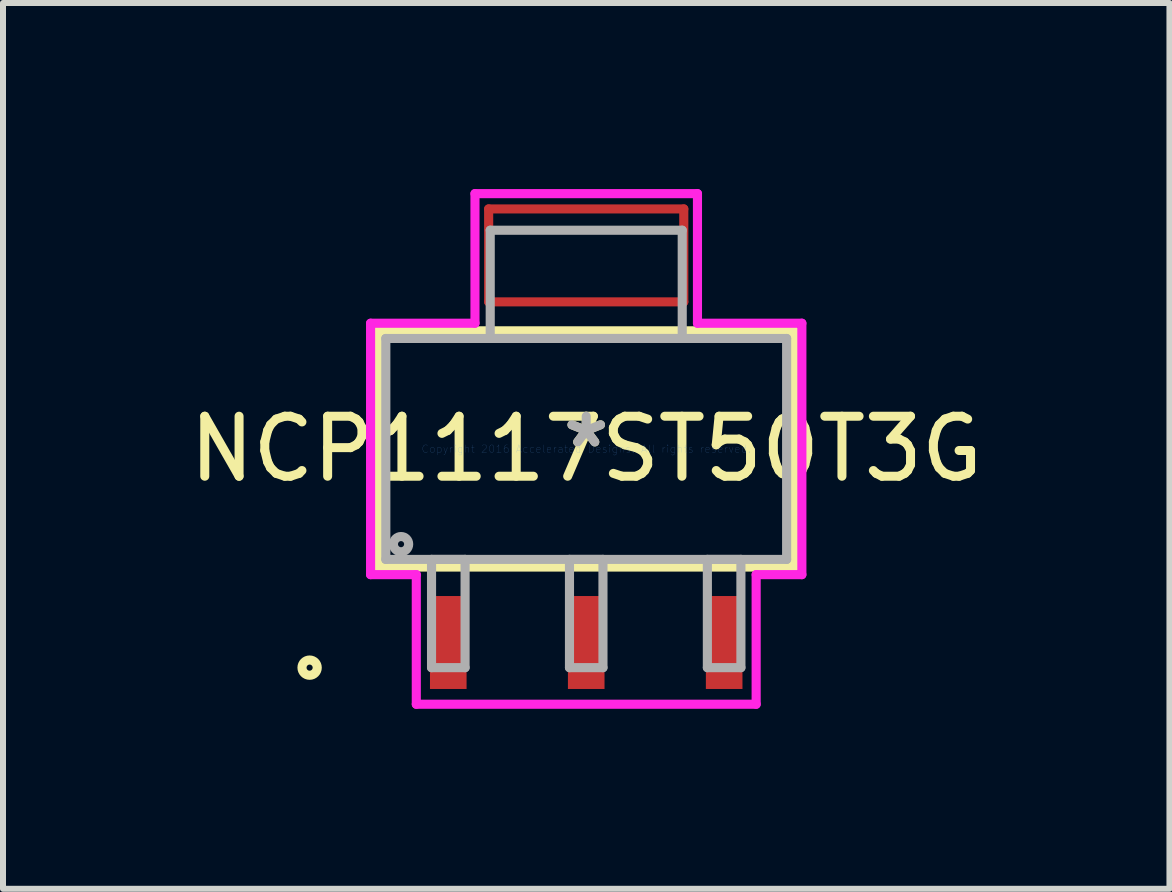
<source format=kicad_pcb>
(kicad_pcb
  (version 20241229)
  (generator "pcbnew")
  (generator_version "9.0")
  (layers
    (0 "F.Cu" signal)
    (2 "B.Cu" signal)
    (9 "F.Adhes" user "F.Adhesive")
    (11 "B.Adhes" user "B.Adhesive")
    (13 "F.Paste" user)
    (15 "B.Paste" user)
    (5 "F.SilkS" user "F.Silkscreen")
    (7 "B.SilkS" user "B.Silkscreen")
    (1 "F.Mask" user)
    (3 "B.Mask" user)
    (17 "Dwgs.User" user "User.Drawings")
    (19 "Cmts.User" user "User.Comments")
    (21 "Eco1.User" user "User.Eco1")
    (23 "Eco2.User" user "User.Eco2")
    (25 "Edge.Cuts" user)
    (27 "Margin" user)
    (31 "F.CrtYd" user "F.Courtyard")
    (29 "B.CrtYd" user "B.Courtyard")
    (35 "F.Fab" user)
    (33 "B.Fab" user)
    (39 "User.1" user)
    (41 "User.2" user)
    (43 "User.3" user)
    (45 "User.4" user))
  (footprint "NCP1117ST50T3G"
    (layer "F.Cu")
    (at 6.72 4.432)
    (property "Reference" "NCP1117ST50T3G" (at 0 0 0) (layer "F.SilkS") (effects (font (size 1 1) (thickness 0.15))))
    (attr through_hole)
    (fp_line (start -1.626 -4) (end -1.626 -2.451) (stroke (width 0.152) (type solid)) (layer "F.Cu"))
    (fp_line (start -1.626 -2.451) (end 1.626 -2.451) (stroke (width 0.152) (type solid)) (layer "F.Cu"))
    (fp_line (start 1.626 -4) (end -1.626 -4) (stroke (width 0.152) (type solid)) (layer "F.Cu"))
    (fp_line (start 1.626 -2.451) (end 1.626 -4) (stroke (width 0.152) (type solid)) (layer "F.Cu"))
    (fp_line (start -1.651 -4.356) (end -1.651 -2.095) (stroke (width 0.152) (type solid)) (layer "F.Mask"))
    (fp_line (start -1.651 -2.095) (end 1.651 -2.095) (stroke (width 0.152) (type solid)) (layer "F.Mask"))
    (fp_line (start 1.651 -4.356) (end -1.651 -4.356) (stroke (width 0.152) (type solid)) (layer "F.Mask"))
    (fp_line (start 1.651 -2.095) (end 1.651 -4.356) (stroke (width 0.152) (type solid)) (layer "F.Mask"))
    (fp_line (start -3.467 -1.968) (end -3.467 1.968) (stroke (width 0.152) (type solid)) (layer "F.SilkS"))
    (fp_line (start -3.467 1.968) (end 3.467 1.968) (stroke (width 0.152) (type solid)) (layer "F.SilkS"))
    (fp_line (start 3.467 -1.968) (end -3.467 -1.968) (stroke (width 0.152) (type solid)) (layer "F.SilkS"))
    (fp_line (start 3.467 1.968) (end 3.467 -1.968) (stroke (width 0.152) (type solid)) (layer "F.SilkS"))
    (fp_circle (center -4.61 3.645) (end -4.483 3.645) (stroke (width 0.152) (type solid)) (fill no) (layer "F.SilkS"))
    (fp_line (start -1.626 -4) (end -1.626 -2.451) (stroke (width 0.152) (type solid)) (layer "F.Paste"))
    (fp_line (start -1.626 -2.451) (end 1.626 -2.451) (stroke (width 0.152) (type solid)) (layer "F.Paste"))
    (fp_line (start 1.626 -4) (end -1.626 -4) (stroke (width 0.152) (type solid)) (layer "F.Paste"))
    (fp_line (start 1.626 -2.451) (end 1.626 -4) (stroke (width 0.152) (type solid)) (layer "F.Paste"))
    (fp_line (start -3.594 -2.095) (end -1.854 -2.095) (stroke (width 0.152) (type solid)) (layer "F.CrtYd"))
    (fp_line (start -3.594 2.095) (end -3.594 -2.095) (stroke (width 0.152) (type solid)) (layer "F.CrtYd"))
    (fp_line (start -2.832 2.095) (end -3.594 2.095) (stroke (width 0.152) (type solid)) (layer "F.CrtYd"))
    (fp_line (start -2.832 4.255) (end -2.832 2.095) (stroke (width 0.152) (type solid)) (layer "F.CrtYd"))
    (fp_line (start -1.854 -4.255) (end 1.854 -4.255) (stroke (width 0.152) (type solid)) (layer "F.CrtYd"))
    (fp_line (start -1.854 -2.095) (end -1.854 -4.255) (stroke (width 0.152) (type solid)) (layer "F.CrtYd"))
    (fp_line (start 1.854 -4.255) (end 1.854 -2.095) (stroke (width 0.152) (type solid)) (layer "F.CrtYd"))
    (fp_line (start 1.854 -2.095) (end 3.594 -2.095) (stroke (width 0.152) (type solid)) (layer "F.CrtYd"))
    (fp_line (start 2.832 2.095) (end 2.832 4.255) (stroke (width 0.152) (type solid)) (layer "F.CrtYd"))
    (fp_line (start 2.832 4.255) (end -2.832 4.255) (stroke (width 0.152) (type solid)) (layer "F.CrtYd"))
    (fp_line (start 3.594 -2.095) (end 3.594 2.095) (stroke (width 0.152) (type solid)) (layer "F.CrtYd"))
    (fp_line (start 3.594 2.095) (end 2.832 2.095) (stroke (width 0.152) (type solid)) (layer "F.CrtYd"))
    (fp_line (start -3.34 -1.841) (end -3.34 1.841) (stroke (width 0.152) (type solid)) (layer "F.Fab"))
    (fp_line (start -3.34 1.841) (end 3.34 1.841) (stroke (width 0.152) (type solid)) (layer "F.Fab"))
    (fp_line (start -2.578 1.841) (end -2.578 3.645) (stroke (width 0.152) (type solid)) (layer "F.Fab"))
    (fp_line (start -2.578 3.645) (end -2.019 3.645) (stroke (width 0.152) (type solid)) (layer "F.Fab"))
    (fp_line (start -2.019 1.841) (end -2.578 1.841) (stroke (width 0.152) (type solid)) (layer "F.Fab"))
    (fp_line (start -2.019 3.645) (end -2.019 1.841) (stroke (width 0.152) (type solid)) (layer "F.Fab"))
    (fp_line (start -1.6 -3.645) (end -1.6 -1.841) (stroke (width 0.152) (type solid)) (layer "F.Fab"))
    (fp_line (start -1.6 -1.841) (end 1.6 -1.841) (stroke (width 0.152) (type solid)) (layer "F.Fab"))
    (fp_line (start -0.279 1.841) (end -0.279 3.645) (stroke (width 0.152) (type solid)) (layer "F.Fab"))
    (fp_line (start -0.279 3.645) (end 0.279 3.645) (stroke (width 0.152) (type solid)) (layer "F.Fab"))
    (fp_line (start 0.279 1.841) (end -0.279 1.841) (stroke (width 0.152) (type solid)) (layer "F.Fab"))
    (fp_line (start 0.279 3.645) (end 0.279 1.841) (stroke (width 0.152) (type solid)) (layer "F.Fab"))
    (fp_line (start 1.6 -3.645) (end -1.6 -3.645) (stroke (width 0.152) (type solid)) (layer "F.Fab"))
    (fp_line (start 1.6 -1.841) (end 1.6 -3.645) (stroke (width 0.152) (type solid)) (layer "F.Fab"))
    (fp_line (start 2.019 1.841) (end 2.019 3.645) (stroke (width 0.152) (type solid)) (layer "F.Fab"))
    (fp_line (start 2.019 3.645) (end 2.578 3.645) (stroke (width 0.152) (type solid)) (layer "F.Fab"))
    (fp_line (start 2.578 1.841) (end 2.019 1.841) (stroke (width 0.152) (type solid)) (layer "F.Fab"))
    (fp_line (start 2.578 3.645) (end 2.578 1.841) (stroke (width 0.152) (type solid)) (layer "F.Fab"))
    (fp_line (start 3.34 -1.841) (end -3.34 -1.841) (stroke (width 0.152) (type solid)) (layer "F.Fab"))
    (fp_line (start 3.34 1.841) (end 3.34 -1.841) (stroke (width 0.152) (type solid)) (layer "F.Fab"))
    (fp_circle (center -3.086 1.587) (end -2.959 1.587) (stroke (width 0.152) (type solid)) (fill no) (layer "F.Fab"))
    (fp_text user "*" (at 0 0 0) (layer "F.SilkS") (effects (font (size 1 1) (thickness 0.15))))
    (fp_text user "Copyright 2016 Accelerated Designs. All rights reserved." (at 0 0 0) (layer "Cmts.User") (effects (font (size 0.127 0.127) (thickness 0.002))))
    (fp_text user "*" (at 0 0 0) (layer "F.Fab") (effects (font (size 1 1) (thickness 0.15))))
    (pad "1" smd rect (at -2.299 3.226) (size 0.61 1.549) (layers "F.Cu" "F.Mask" "F.Paste"))
    (pad "2" smd rect (at 0 3.226) (size 0.61 1.549) (layers "F.Cu" "F.Mask" "F.Paste"))
    (pad "3" smd rect (at 2.299 3.226) (size 0.61 1.549) (layers "F.Cu" "F.Mask" "F.Paste")))
  (gr_rect
    (start -3 -3)
    (end 16.44 11.763)
    (stroke (width 0.1) (type default))
    (fill no)
    (layer "Edge.Cuts")))
</source>
